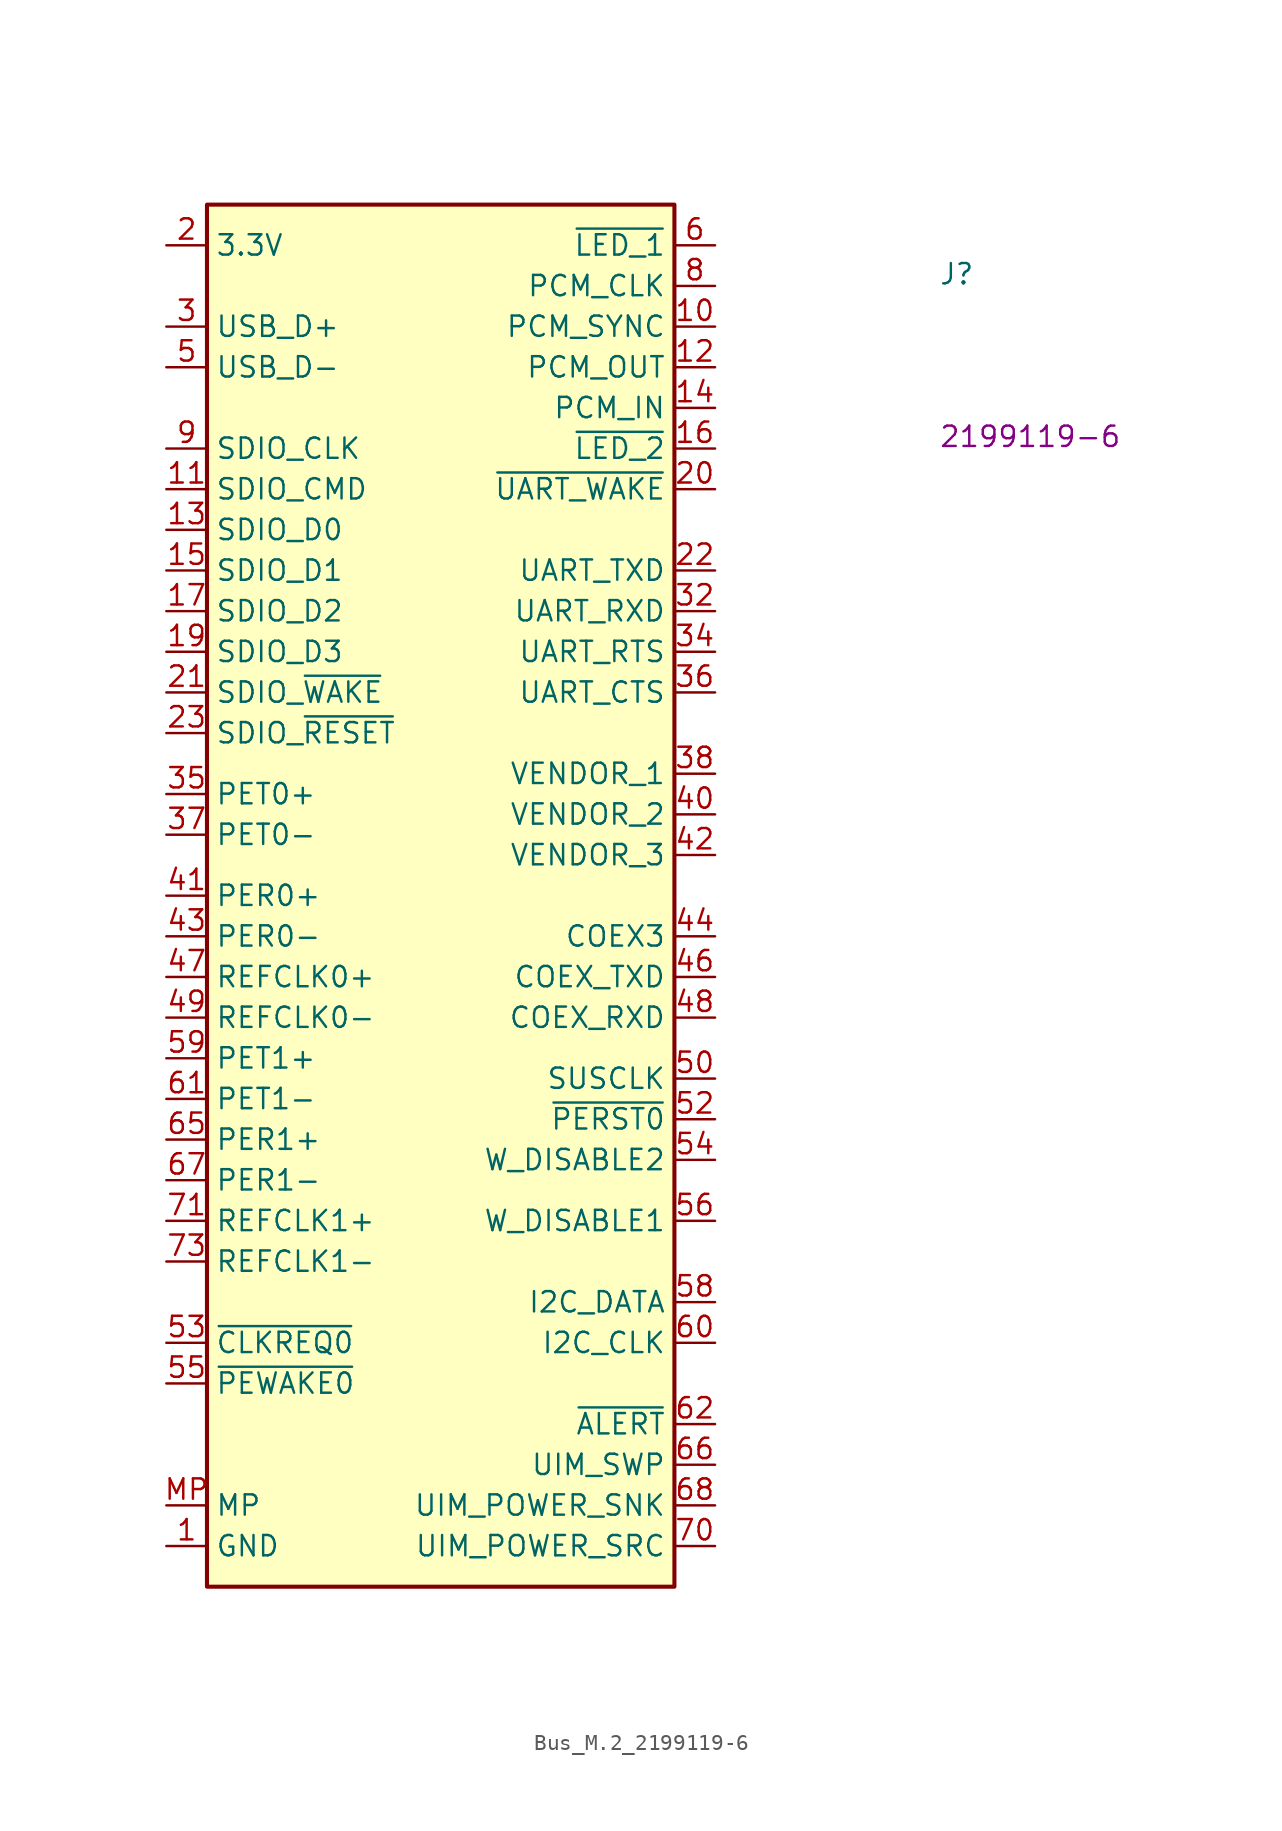
<source format=kicad_sym>
(kicad_symbol_lib
  (version 20220914)
  (generator kicad_symbol_editor)
  (symbol "Bus_M.2_2199119-6"
    (property "Reference" "J"
      (at 48.26 -2.54 0)
      (effects (font (size 1.27 1.27) (thickness 0.15)) (justify left bottom)))
    (property "MPN" "2199119-6"
      (at 48.26 -12.7 0)
      (effects (font (size 1.27 1.27) (thickness 0.15)) (justify left bottom)))
    (symbol "Bus_M.2_2199119-6_1_1"
      (rectangle (start 2.54 2.54) (end 31.75 -83.82) (stroke (width 0.254) (type default)) (fill (type background)))
      (pin power_in line (at 0 -81.28 0) (length 2.54) (name "GND" (effects (font (size 1.27 1.27)))) (number "1" (effects (font (size 1.27 1.27)))))
      (pin bidirectional line (at 34.29 -5.08 180) (length 2.54) (name "PCM_SYNC" (effects (font (size 1.27 1.27)))) (number "10" (effects (font (size 1.27 1.27)))))
      (pin bidirectional line (at 0 -15.24 0) (length 2.54) (name "SDIO_CMD" (effects (font (size 1.27 1.27)))) (number "11" (effects (font (size 1.27 1.27)))))
      (pin bidirectional line (at 34.29 -7.62 180) (length 2.54) (name "PCM_OUT" (effects (font (size 1.27 1.27)))) (number "12" (effects (font (size 1.27 1.27)))))
      (pin bidirectional line (at 0 -17.78 0) (length 2.54) (name "SDIO_D0" (effects (font (size 1.27 1.27)))) (number "13" (effects (font (size 1.27 1.27)))))
      (pin bidirectional line (at 34.29 -10.16 180) (length 2.54) (name "PCM_IN" (effects (font (size 1.27 1.27)))) (number "14" (effects (font (size 1.27 1.27)))))
      (pin bidirectional line (at 0 -20.32 0) (length 2.54) (name "SDIO_D1" (effects (font (size 1.27 1.27)))) (number "15" (effects (font (size 1.27 1.27)))))
      (pin output line (at 34.29 -12.7 180) (length 2.54) (name "~{LED_2}" (effects (font (size 1.27 1.27)))) (number "16" (effects (font (size 1.27 1.27)))))
      (pin bidirectional line (at 0 -22.86 0) (length 2.54) (name "SDIO_D2" (effects (font (size 1.27 1.27)))) (number "17" (effects (font (size 1.27 1.27)))))
      (pin passive line (at 0 -81.28 0) (length 2.54) hide (name "GND" (effects (font (size 1.27 1.27)))) (number "18" (effects (font (size 1.27 1.27)))))
      (pin bidirectional line (at 0 -25.4 0) (length 2.54) (name "SDIO_D3" (effects (font (size 1.27 1.27)))) (number "19" (effects (font (size 1.27 1.27)))))
      (pin power_in line (at 0 0 0) (length 2.54) (name "3.3V" (effects (font (size 1.27 1.27)))) (number "2" (effects (font (size 1.27 1.27)))))
      (pin output line (at 34.29 -15.24 180) (length 2.54) (name "~{UART_WAKE}" (effects (font (size 1.27 1.27)))) (number "20" (effects (font (size 1.27 1.27)))))
      (pin bidirectional line (at 0 -27.94 0) (length 2.54) (name "SDIO_~{WAKE}" (effects (font (size 1.27 1.27)))) (number "21" (effects (font (size 1.27 1.27)))))
      (pin bidirectional line (at 34.29 -20.32 180) (length 2.54) (name "UART_TXD" (effects (font (size 1.27 1.27)))) (number "22" (effects (font (size 1.27 1.27)))))
      (pin input line (at 0 -30.48 0) (length 2.54) (name "SDIO_~{RESET}" (effects (font (size 1.27 1.27)))) (number "23" (effects (font (size 1.27 1.27)))))
      (pin bidirectional line (at 0 -5.08 0) (length 2.54) (name "USB_D+" (effects (font (size 1.27 1.27)))) (number "3" (effects (font (size 1.27 1.27)))))
      (pin bidirectional line (at 34.29 -22.86 180) (length 2.54) (name "UART_RXD" (effects (font (size 1.27 1.27)))) (number "32" (effects (font (size 1.27 1.27)))))
      (pin passive line (at 0 -81.28 0) (length 2.54) hide (name "GND" (effects (font (size 1.27 1.27)))) (number "33" (effects (font (size 1.27 1.27)))))
      (pin bidirectional line (at 34.29 -25.4 180) (length 2.54) (name "UART_RTS" (effects (font (size 1.27 1.27)))) (number "34" (effects (font (size 1.27 1.27)))))
      (pin input line (at 0 -34.29 0) (length 2.54) (name "PET0+" (effects (font (size 1.27 1.27)))) (number "35" (effects (font (size 1.27 1.27)))))
      (pin bidirectional line (at 34.29 -27.94 180) (length 2.54) (name "UART_CTS" (effects (font (size 1.27 1.27)))) (number "36" (effects (font (size 1.27 1.27)))))
      (pin input line (at 0 -36.83 0) (length 2.54) (name "PET0-" (effects (font (size 1.27 1.27)))) (number "37" (effects (font (size 1.27 1.27)))))
      (pin bidirectional line (at 34.29 -33.02 180) (length 2.54) (name "VENDOR_1" (effects (font (size 1.27 1.27)))) (number "38" (effects (font (size 1.27 1.27)))))
      (pin passive line (at 0 -81.28 0) (length 2.54) hide (name "GND" (effects (font (size 1.27 1.27)))) (number "39" (effects (font (size 1.27 1.27)))))
      (pin passive line (at 0 0 0) (length 2.54) hide (name "3.3V" (effects (font (size 1.27 1.27)))) (number "4" (effects (font (size 1.27 1.27)))))
      (pin bidirectional line (at 34.29 -35.56 180) (length 2.54) (name "VENDOR_2" (effects (font (size 1.27 1.27)))) (number "40" (effects (font (size 1.27 1.27)))))
      (pin output line (at 0 -40.64 0) (length 2.54) (name "PER0+" (effects (font (size 1.27 1.27)))) (number "41" (effects (font (size 1.27 1.27)))))
      (pin bidirectional line (at 34.29 -38.1 180) (length 2.54) (name "VENDOR_3" (effects (font (size 1.27 1.27)))) (number "42" (effects (font (size 1.27 1.27)))))
      (pin output line (at 0 -43.18 0) (length 2.54) (name "PER0-" (effects (font (size 1.27 1.27)))) (number "43" (effects (font (size 1.27 1.27)))))
      (pin bidirectional line (at 34.29 -43.18 180) (length 2.54) (name "COEX3" (effects (font (size 1.27 1.27)))) (number "44" (effects (font (size 1.27 1.27)))))
      (pin passive line (at 0 -81.28 0) (length 2.54) hide (name "GND" (effects (font (size 1.27 1.27)))) (number "45" (effects (font (size 1.27 1.27)))))
      (pin bidirectional line (at 34.29 -45.72 180) (length 2.54) (name "COEX_TXD" (effects (font (size 1.27 1.27)))) (number "46" (effects (font (size 1.27 1.27)))))
      (pin input line (at 0 -45.72 0) (length 2.54) (name "REFCLK0+" (effects (font (size 1.27 1.27)))) (number "47" (effects (font (size 1.27 1.27)))))
      (pin bidirectional line (at 34.29 -48.26 180) (length 2.54) (name "COEX_RXD" (effects (font (size 1.27 1.27)))) (number "48" (effects (font (size 1.27 1.27)))))
      (pin input line (at 0 -48.26 0) (length 2.54) (name "REFCLK0-" (effects (font (size 1.27 1.27)))) (number "49" (effects (font (size 1.27 1.27)))))
      (pin bidirectional line (at 0 -7.62 0) (length 2.54) (name "USB_D-" (effects (font (size 1.27 1.27)))) (number "5" (effects (font (size 1.27 1.27)))))
      (pin input line (at 34.29 -52.07 180) (length 2.54) (name "SUSCLK" (effects (font (size 1.27 1.27)))) (number "50" (effects (font (size 1.27 1.27)))))
      (pin passive line (at 0 -81.28 0) (length 2.54) hide (name "GND" (effects (font (size 1.27 1.27)))) (number "51" (effects (font (size 1.27 1.27)))))
      (pin input line (at 34.29 -54.61 180) (length 2.54) (name "~{PERST0}" (effects (font (size 1.27 1.27)))) (number "52" (effects (font (size 1.27 1.27)))))
      (pin output line (at 0 -68.58 0) (length 2.54) (name "~{CLKREQ0}" (effects (font (size 1.27 1.27)))) (number "53" (effects (font (size 1.27 1.27)))))
      (pin input line (at 34.29 -57.15 180) (length 2.54) (name "W_DISABLE2" (effects (font (size 1.27 1.27)))) (number "54" (effects (font (size 1.27 1.27)))))
      (pin output line (at 0 -71.12 0) (length 2.54) (name "~{PEWAKE0}" (effects (font (size 1.27 1.27)))) (number "55" (effects (font (size 1.27 1.27)))))
      (pin input line (at 34.29 -60.96 180) (length 2.54) (name "W_DISABLE1" (effects (font (size 1.27 1.27)))) (number "56" (effects (font (size 1.27 1.27)))))
      (pin passive line (at 0 -81.28 0) (length 2.54) hide (name "GND" (effects (font (size 1.27 1.27)))) (number "57" (effects (font (size 1.27 1.27)))))
      (pin bidirectional line (at 34.29 -66.04 180) (length 2.54) (name "I2C_DATA" (effects (font (size 1.27 1.27)))) (number "58" (effects (font (size 1.27 1.27)))))
      (pin input line (at 0 -50.8 0) (length 2.54) (name "PET1+" (effects (font (size 1.27 1.27)))) (number "59" (effects (font (size 1.27 1.27)))))
      (pin output line (at 34.29 0 180) (length 2.54) (name "~{LED_1}" (effects (font (size 1.27 1.27)))) (number "6" (effects (font (size 1.27 1.27)))))
      (pin bidirectional line (at 34.29 -68.58 180) (length 2.54) (name "I2C_CLK" (effects (font (size 1.27 1.27)))) (number "60" (effects (font (size 1.27 1.27)))))
      (pin input line (at 0 -53.34 0) (length 2.54) (name "PET1-" (effects (font (size 1.27 1.27)))) (number "61" (effects (font (size 1.27 1.27)))))
      (pin output line (at 34.29 -73.66 180) (length 2.54) (name "~{ALERT}" (effects (font (size 1.27 1.27)))) (number "62" (effects (font (size 1.27 1.27)))))
      (pin passive line (at 0 -81.28 0) (length 2.54) hide (name "GND" (effects (font (size 1.27 1.27)))) (number "63" (effects (font (size 1.27 1.27)))))
      (pin no_connect line (at 2.54 -76.2 0) (length 2.54) hide (name "RFU" (effects (font (size 1.27 1.27)))) (number "64" (effects (font (size 1.27 1.27)))))
      (pin output line (at 0 -55.88 0) (length 2.54) (name "PER1+" (effects (font (size 1.27 1.27)))) (number "65" (effects (font (size 1.27 1.27)))))
      (pin bidirectional line (at 34.29 -76.2 180) (length 2.54) (name "UIM_SWP" (effects (font (size 1.27 1.27)))) (number "66" (effects (font (size 1.27 1.27)))))
      (pin output line (at 0 -58.42 0) (length 2.54) (name "PER1-" (effects (font (size 1.27 1.27)))) (number "67" (effects (font (size 1.27 1.27)))))
      (pin bidirectional line (at 34.29 -78.74 180) (length 2.54) (name "UIM_POWER_SNK" (effects (font (size 1.27 1.27)))) (number "68" (effects (font (size 1.27 1.27)))))
      (pin passive line (at 0 -81.28 0) (length 2.54) hide (name "GND" (effects (font (size 1.27 1.27)))) (number "69" (effects (font (size 1.27 1.27)))))
      (pin passive line (at 0 -81.28 0) (length 2.54) hide (name "GND" (effects (font (size 1.27 1.27)))) (number "7" (effects (font (size 1.27 1.27)))))
      (pin bidirectional line (at 34.29 -81.28 180) (length 2.54) (name "UIM_POWER_SRC" (effects (font (size 1.27 1.27)))) (number "70" (effects (font (size 1.27 1.27)))))
      (pin input line (at 0 -60.96 0) (length 2.54) (name "REFCLK1+" (effects (font (size 1.27 1.27)))) (number "71" (effects (font (size 1.27 1.27)))))
      (pin passive line (at 0 0 0) (length 2.54) hide (name "3.3V" (effects (font (size 1.27 1.27)))) (number "72" (effects (font (size 1.27 1.27)))))
      (pin input line (at 0 -63.5 0) (length 2.54) (name "REFCLK1-" (effects (font (size 1.27 1.27)))) (number "73" (effects (font (size 1.27 1.27)))))
      (pin passive line (at 0 0 0) (length 2.54) hide (name "3.3V" (effects (font (size 1.27 1.27)))) (number "74" (effects (font (size 1.27 1.27)))))
      (pin passive line (at 0 -81.28 0) (length 2.54) hide (name "GND" (effects (font (size 1.27 1.27)))) (number "75" (effects (font (size 1.27 1.27)))))
      (pin bidirectional line (at 34.29 -2.54 180) (length 2.54) (name "PCM_CLK" (effects (font (size 1.27 1.27)))) (number "8" (effects (font (size 1.27 1.27)))))
      (pin input line (at 0 -12.7 0) (length 2.54) (name "SDIO_CLK" (effects (font (size 1.27 1.27)))) (number "9" (effects (font (size 1.27 1.27)))))
      (pin passive line (at 0 -78.74 0) (length 2.54) (name "MP" (effects (font (size 1.27 1.27)))) (number "MP" (effects (font (size 1.27 1.27))))))))
</source>
